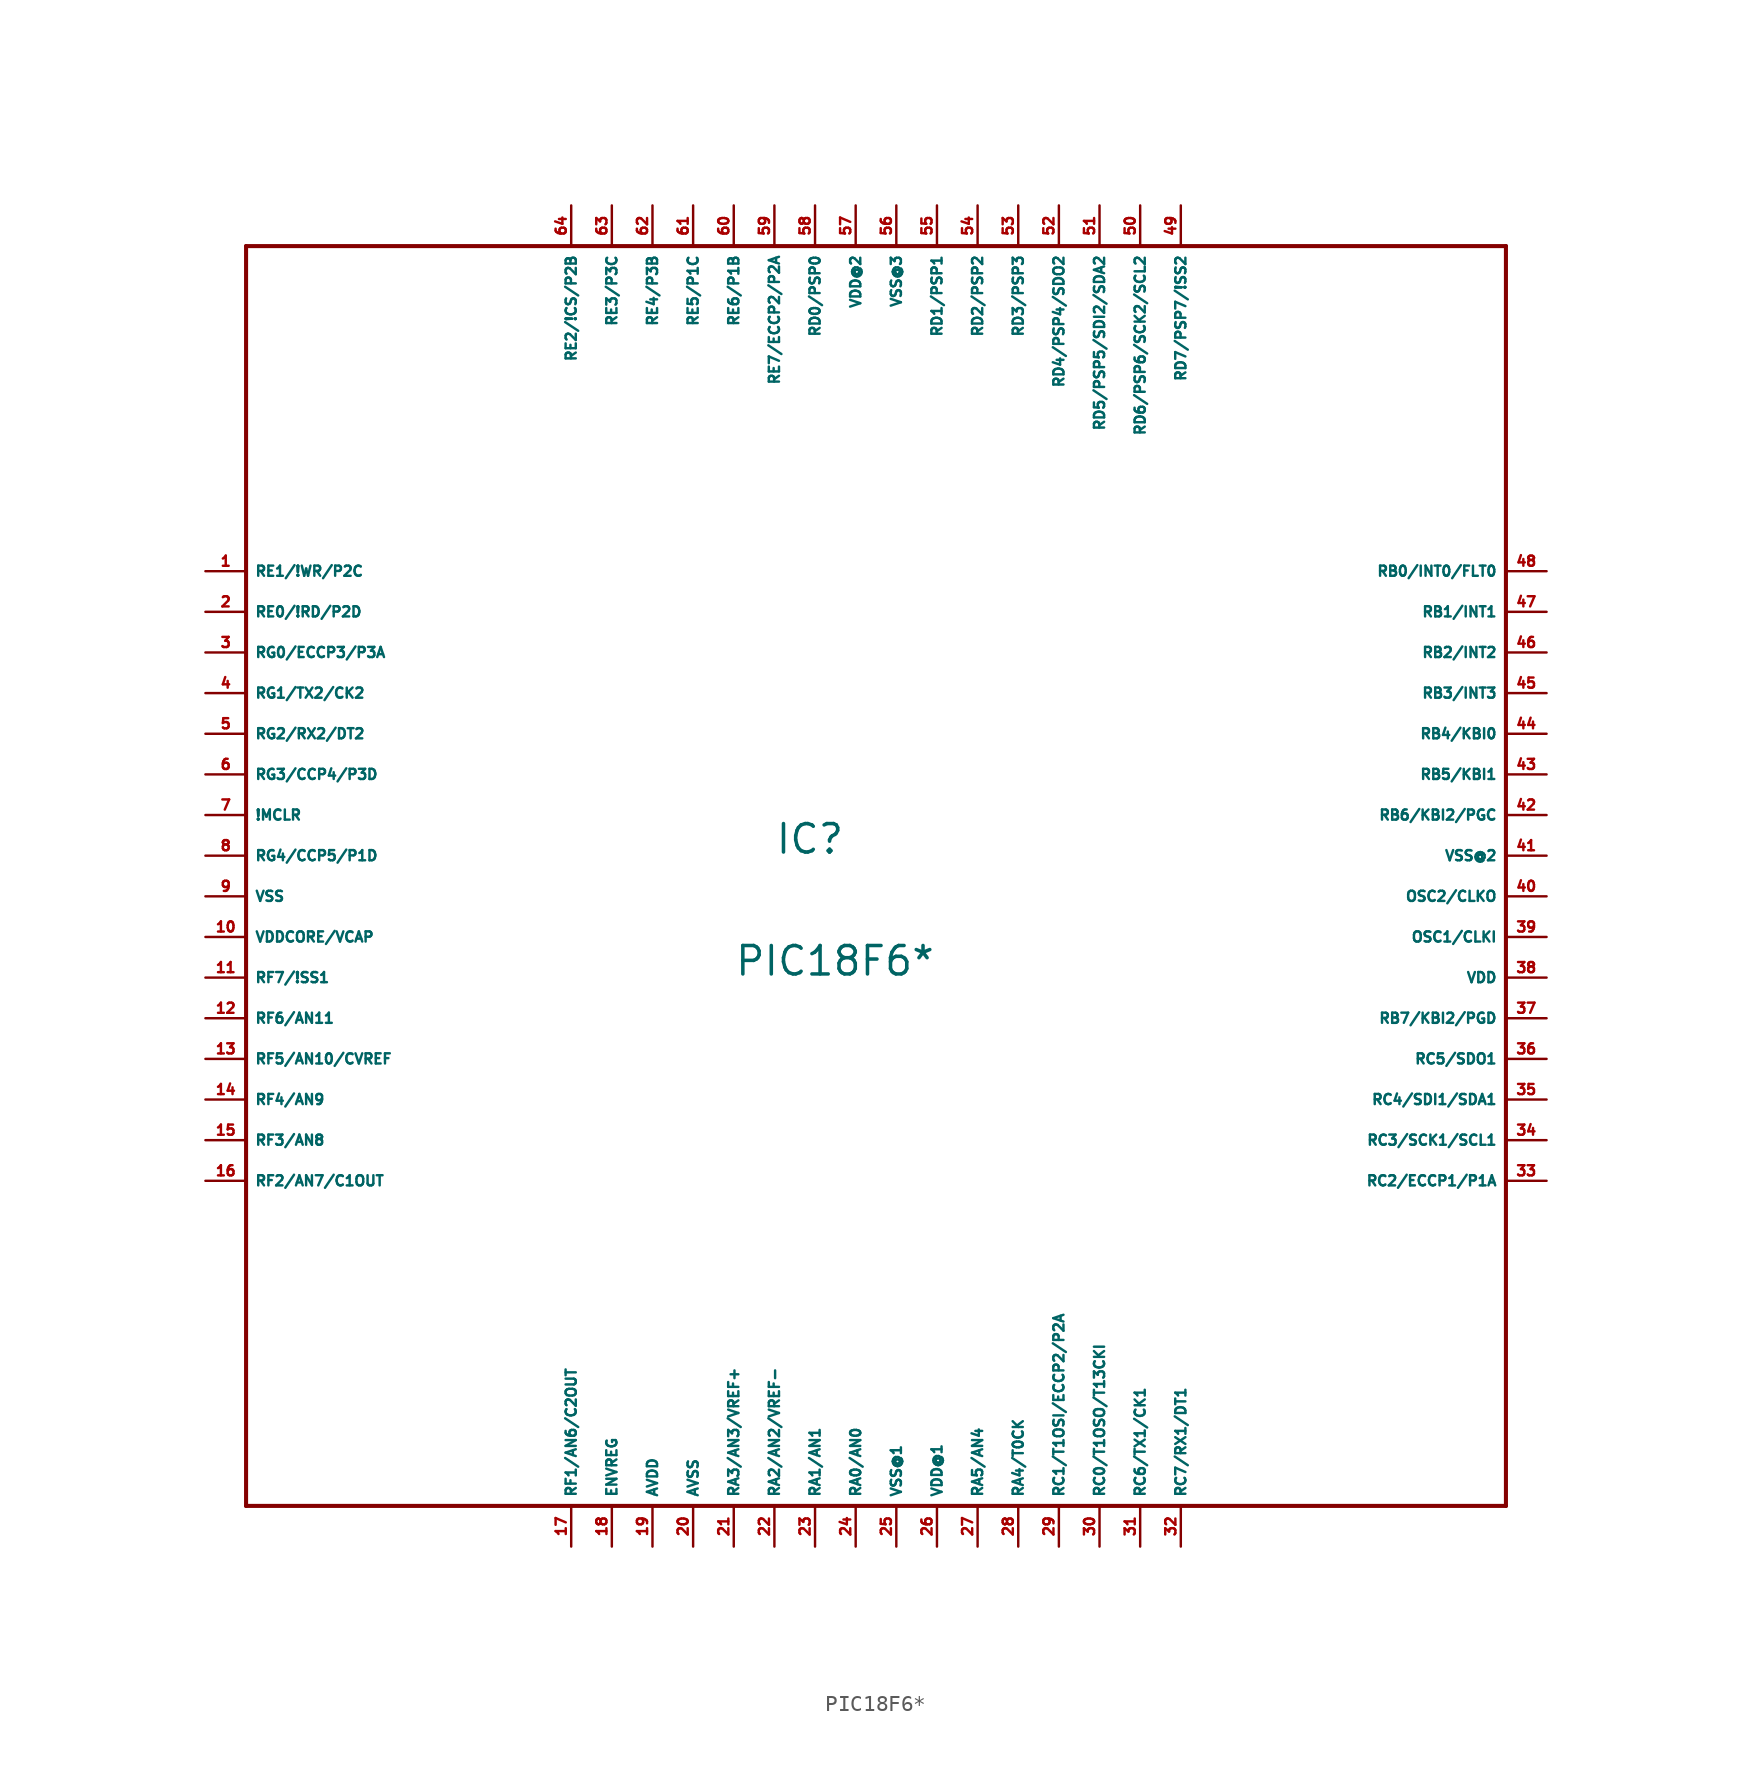
<source format=kicad_sym>
(kicad_symbol_lib
  (version 20220914)
  (generator Eagle2Kicad)
  (symbol "PIC18F6*"
    (property "Reference" "IC"
      (at -5.08 2.54 0)
      (effects (font (size 1.778 1.778) (thickness 0.22)) (justify left bottom)))
    (property "Value" "PIC18F6*"
      (at -7.62 -5.08 0)
      (effects (font (size 1.778 1.778) (thickness 0.22)) (justify left bottom)))
    (polyline
      (pts (xy -38.1 40.64) (xy 40.64 40.64))
      (stroke (width 0.254) (type default))
      (fill (type none)))
    (polyline
      (pts (xy 40.64 40.64) (xy 40.64 -38.1))
      (stroke (width 0.254) (type default))
      (fill (type none)))
    (polyline
      (pts (xy 40.64 -38.1) (xy -38.1 -38.1))
      (stroke (width 0.254) (type default))
      (fill (type none)))
    (polyline
      (pts (xy -38.1 -38.1) (xy -38.1 40.64))
      (stroke (width 0.254) (type default))
      (fill (type none)))
    (pin bidirectional line
      (at -40.64 20.32 0)
      (length 2.54)
      (name "RE1/!WR/P2C" (effects (font (size 0.635 0.635) (thickness 0.08)) (justify left bottom)))
      (number "1" (effects (font (size 0.635 0.635) (thickness 0.08)) (justify left bottom))))
    (pin bidirectional line
      (at -40.64 17.78 0)
      (length 2.54)
      (name "RE0/!RD/P2D" (effects (font (size 0.635 0.635) (thickness 0.08)) (justify left bottom)))
      (number "2" (effects (font (size 0.635 0.635) (thickness 0.08)) (justify left bottom))))
    (pin bidirectional line
      (at -40.64 15.24 0)
      (length 2.54)
      (name "RG0/ECCP3/P3A" (effects (font (size 0.635 0.635) (thickness 0.08)) (justify left bottom)))
      (number "3" (effects (font (size 0.635 0.635) (thickness 0.08)) (justify left bottom))))
    (pin bidirectional line
      (at -40.64 12.7 0)
      (length 2.54)
      (name "RG1/TX2/CK2" (effects (font (size 0.635 0.635) (thickness 0.08)) (justify left bottom)))
      (number "4" (effects (font (size 0.635 0.635) (thickness 0.08)) (justify left bottom))))
    (pin bidirectional line
      (at -40.64 10.16 0)
      (length 2.54)
      (name "RG2/RX2/DT2" (effects (font (size 0.635 0.635) (thickness 0.08)) (justify left bottom)))
      (number "5" (effects (font (size 0.635 0.635) (thickness 0.08)) (justify left bottom))))
    (pin bidirectional line
      (at -40.64 7.62 0)
      (length 2.54)
      (name "RG3/CCP4/P3D" (effects (font (size 0.635 0.635) (thickness 0.08)) (justify left bottom)))
      (number "6" (effects (font (size 0.635 0.635) (thickness 0.08)) (justify left bottom))))
    (pin input line
      (at -40.64 5.08 0)
      (length 2.54)
      (name "!MCLR" (effects (font (size 0.635 0.635) (thickness 0.08)) (justify left bottom)))
      (number "7" (effects (font (size 0.635 0.635) (thickness 0.08)) (justify left bottom))))
    (pin bidirectional line
      (at -40.64 2.54 0)
      (length 2.54)
      (name "RG4/CCP5/P1D" (effects (font (size 0.635 0.635) (thickness 0.08)) (justify left bottom)))
      (number "8" (effects (font (size 0.635 0.635) (thickness 0.08)) (justify left bottom))))
    (pin unspecified line
      (at -40.64 0 0)
      (length 2.54)
      (name "VSS" (effects (font (size 0.635 0.635) (thickness 0.08)) (justify left bottom)))
      (number "9" (effects (font (size 0.635 0.635) (thickness 0.08)) (justify left bottom))))
    (pin unspecified line
      (at -40.64 -2.54 0)
      (length 2.54)
      (name "VDDCORE/VCAP" (effects (font (size 0.635 0.635) (thickness 0.08)) (justify left bottom)))
      (number "10" (effects (font (size 0.635 0.635) (thickness 0.08)) (justify left bottom))))
    (pin bidirectional line
      (at -40.64 -5.08 0)
      (length 2.54)
      (name "RF7/!SS1" (effects (font (size 0.635 0.635) (thickness 0.08)) (justify left bottom)))
      (number "11" (effects (font (size 0.635 0.635) (thickness 0.08)) (justify left bottom))))
    (pin bidirectional line
      (at -40.64 -7.62 0)
      (length 2.54)
      (name "RF6/AN11" (effects (font (size 0.635 0.635) (thickness 0.08)) (justify left bottom)))
      (number "12" (effects (font (size 0.635 0.635) (thickness 0.08)) (justify left bottom))))
    (pin bidirectional line
      (at -40.64 -10.16 0)
      (length 2.54)
      (name "RF5/AN10/CVREF" (effects (font (size 0.635 0.635) (thickness 0.08)) (justify left bottom)))
      (number "13" (effects (font (size 0.635 0.635) (thickness 0.08)) (justify left bottom))))
    (pin bidirectional line
      (at -40.64 -12.7 0)
      (length 2.54)
      (name "RF4/AN9" (effects (font (size 0.635 0.635) (thickness 0.08)) (justify left bottom)))
      (number "14" (effects (font (size 0.635 0.635) (thickness 0.08)) (justify left bottom))))
    (pin bidirectional line
      (at -40.64 -15.24 0)
      (length 2.54)
      (name "RF3/AN8" (effects (font (size 0.635 0.635) (thickness 0.08)) (justify left bottom)))
      (number "15" (effects (font (size 0.635 0.635) (thickness 0.08)) (justify left bottom))))
    (pin bidirectional line
      (at -40.64 -17.78 0)
      (length 2.54)
      (name "RF2/AN7/C1OUT" (effects (font (size 0.635 0.635) (thickness 0.08)) (justify left bottom)))
      (number "16" (effects (font (size 0.635 0.635) (thickness 0.08)) (justify left bottom))))
    (pin bidirectional line
      (at -17.78 -40.64 90)
      (length 2.54)
      (name "RF1/AN6/C2OUT" (effects (font (size 0.635 0.635) (thickness 0.08)) (justify left bottom)))
      (number "17" (effects (font (size 0.635 0.635) (thickness 0.08)) (justify left bottom))))
    (pin input line
      (at -15.24 -40.64 90)
      (length 2.54)
      (name "ENVREG" (effects (font (size 0.635 0.635) (thickness 0.08)) (justify left bottom)))
      (number "18" (effects (font (size 0.635 0.635) (thickness 0.08)) (justify left bottom))))
    (pin unspecified line
      (at -12.7 -40.64 90)
      (length 2.54)
      (name "AVDD" (effects (font (size 0.635 0.635) (thickness 0.08)) (justify left bottom)))
      (number "19" (effects (font (size 0.635 0.635) (thickness 0.08)) (justify left bottom))))
    (pin unspecified line
      (at -10.16 -40.64 90)
      (length 2.54)
      (name "AVSS" (effects (font (size 0.635 0.635) (thickness 0.08)) (justify left bottom)))
      (number "20" (effects (font (size 0.635 0.635) (thickness 0.08)) (justify left bottom))))
    (pin bidirectional line
      (at -7.62 -40.64 90)
      (length 2.54)
      (name "RA3/AN3/VREF+" (effects (font (size 0.635 0.635) (thickness 0.08)) (justify left bottom)))
      (number "21" (effects (font (size 0.635 0.635) (thickness 0.08)) (justify left bottom))))
    (pin bidirectional line
      (at -5.08 -40.64 90)
      (length 2.54)
      (name "RA2/AN2/VREF-" (effects (font (size 0.635 0.635) (thickness 0.08)) (justify left bottom)))
      (number "22" (effects (font (size 0.635 0.635) (thickness 0.08)) (justify left bottom))))
    (pin bidirectional line
      (at -2.54 -40.64 90)
      (length 2.54)
      (name "RA1/AN1" (effects (font (size 0.635 0.635) (thickness 0.08)) (justify left bottom)))
      (number "23" (effects (font (size 0.635 0.635) (thickness 0.08)) (justify left bottom))))
    (pin bidirectional line
      (at 0 -40.64 90)
      (length 2.54)
      (name "RA0/AN0" (effects (font (size 0.635 0.635) (thickness 0.08)) (justify left bottom)))
      (number "24" (effects (font (size 0.635 0.635) (thickness 0.08)) (justify left bottom))))
    (pin unspecified line
      (at 2.54 -40.64 90)
      (length 2.54)
      (name "VSS@1" (effects (font (size 0.635 0.635) (thickness 0.08)) (justify left bottom)))
      (number "25" (effects (font (size 0.635 0.635) (thickness 0.08)) (justify left bottom))))
    (pin unspecified line
      (at 5.08 -40.64 90)
      (length 2.54)
      (name "VDD@1" (effects (font (size 0.635 0.635) (thickness 0.08)) (justify left bottom)))
      (number "26" (effects (font (size 0.635 0.635) (thickness 0.08)) (justify left bottom))))
    (pin bidirectional line
      (at 7.62 -40.64 90)
      (length 2.54)
      (name "RA5/AN4" (effects (font (size 0.635 0.635) (thickness 0.08)) (justify left bottom)))
      (number "27" (effects (font (size 0.635 0.635) (thickness 0.08)) (justify left bottom))))
    (pin bidirectional line
      (at 10.16 -40.64 90)
      (length 2.54)
      (name "RA4/T0CK" (effects (font (size 0.635 0.635) (thickness 0.08)) (justify left bottom)))
      (number "28" (effects (font (size 0.635 0.635) (thickness 0.08)) (justify left bottom))))
    (pin bidirectional line
      (at 12.7 -40.64 90)
      (length 2.54)
      (name "RC1/T1OSI/ECCP2/P2A" (effects (font (size 0.635 0.635) (thickness 0.08)) (justify left bottom)))
      (number "29" (effects (font (size 0.635 0.635) (thickness 0.08)) (justify left bottom))))
    (pin bidirectional line
      (at 15.24 -40.64 90)
      (length 2.54)
      (name "RC0/T1OSO/T13CKI" (effects (font (size 0.635 0.635) (thickness 0.08)) (justify left bottom)))
      (number "30" (effects (font (size 0.635 0.635) (thickness 0.08)) (justify left bottom))))
    (pin bidirectional line
      (at 17.78 -40.64 90)
      (length 2.54)
      (name "RC6/TX1/CK1" (effects (font (size 0.635 0.635) (thickness 0.08)) (justify left bottom)))
      (number "31" (effects (font (size 0.635 0.635) (thickness 0.08)) (justify left bottom))))
    (pin bidirectional line
      (at 20.32 -40.64 90)
      (length 2.54)
      (name "RC7/RX1/DT1" (effects (font (size 0.635 0.635) (thickness 0.08)) (justify left bottom)))
      (number "32" (effects (font (size 0.635 0.635) (thickness 0.08)) (justify left bottom))))
    (pin bidirectional line
      (at 43.18 -17.78 180)
      (length 2.54)
      (name "RC2/ECCP1/P1A" (effects (font (size 0.635 0.635) (thickness 0.08)) (justify left bottom)))
      (number "33" (effects (font (size 0.635 0.635) (thickness 0.08)) (justify left bottom))))
    (pin bidirectional line
      (at 43.18 -15.24 180)
      (length 2.54)
      (name "RC3/SCK1/SCL1" (effects (font (size 0.635 0.635) (thickness 0.08)) (justify left bottom)))
      (number "34" (effects (font (size 0.635 0.635) (thickness 0.08)) (justify left bottom))))
    (pin bidirectional line
      (at 43.18 -12.7 180)
      (length 2.54)
      (name "RC4/SDI1/SDA1" (effects (font (size 0.635 0.635) (thickness 0.08)) (justify left bottom)))
      (number "35" (effects (font (size 0.635 0.635) (thickness 0.08)) (justify left bottom))))
    (pin bidirectional line
      (at 43.18 -10.16 180)
      (length 2.54)
      (name "RC5/SDO1" (effects (font (size 0.635 0.635) (thickness 0.08)) (justify left bottom)))
      (number "36" (effects (font (size 0.635 0.635) (thickness 0.08)) (justify left bottom))))
    (pin bidirectional line
      (at 43.18 -7.62 180)
      (length 2.54)
      (name "RB7/KBI2/PGD" (effects (font (size 0.635 0.635) (thickness 0.08)) (justify left bottom)))
      (number "37" (effects (font (size 0.635 0.635) (thickness 0.08)) (justify left bottom))))
    (pin unspecified line
      (at 43.18 -5.08 180)
      (length 2.54)
      (name "VDD" (effects (font (size 0.635 0.635) (thickness 0.08)) (justify left bottom)))
      (number "38" (effects (font (size 0.635 0.635) (thickness 0.08)) (justify left bottom))))
    (pin input line
      (at 43.18 -2.54 180)
      (length 2.54)
      (name "OSC1/CLKI" (effects (font (size 0.635 0.635) (thickness 0.08)) (justify left bottom)))
      (number "39" (effects (font (size 0.635 0.635) (thickness 0.08)) (justify left bottom))))
    (pin output line
      (at 43.18 0 180)
      (length 2.54)
      (name "OSC2/CLKO" (effects (font (size 0.635 0.635) (thickness 0.08)) (justify left bottom)))
      (number "40" (effects (font (size 0.635 0.635) (thickness 0.08)) (justify left bottom))))
    (pin unspecified line
      (at 43.18 2.54 180)
      (length 2.54)
      (name "VSS@2" (effects (font (size 0.635 0.635) (thickness 0.08)) (justify left bottom)))
      (number "41" (effects (font (size 0.635 0.635) (thickness 0.08)) (justify left bottom))))
    (pin bidirectional line
      (at 43.18 5.08 180)
      (length 2.54)
      (name "RB6/KBI2/PGC" (effects (font (size 0.635 0.635) (thickness 0.08)) (justify left bottom)))
      (number "42" (effects (font (size 0.635 0.635) (thickness 0.08)) (justify left bottom))))
    (pin bidirectional line
      (at 43.18 7.62 180)
      (length 2.54)
      (name "RB5/KBI1" (effects (font (size 0.635 0.635) (thickness 0.08)) (justify left bottom)))
      (number "43" (effects (font (size 0.635 0.635) (thickness 0.08)) (justify left bottom))))
    (pin bidirectional line
      (at 43.18 10.16 180)
      (length 2.54)
      (name "RB4/KBI0" (effects (font (size 0.635 0.635) (thickness 0.08)) (justify left bottom)))
      (number "44" (effects (font (size 0.635 0.635) (thickness 0.08)) (justify left bottom))))
    (pin bidirectional line
      (at 43.18 12.7 180)
      (length 2.54)
      (name "RB3/INT3" (effects (font (size 0.635 0.635) (thickness 0.08)) (justify left bottom)))
      (number "45" (effects (font (size 0.635 0.635) (thickness 0.08)) (justify left bottom))))
    (pin bidirectional line
      (at 43.18 15.24 180)
      (length 2.54)
      (name "RB2/INT2" (effects (font (size 0.635 0.635) (thickness 0.08)) (justify left bottom)))
      (number "46" (effects (font (size 0.635 0.635) (thickness 0.08)) (justify left bottom))))
    (pin bidirectional line
      (at 43.18 17.78 180)
      (length 2.54)
      (name "RB1/INT1" (effects (font (size 0.635 0.635) (thickness 0.08)) (justify left bottom)))
      (number "47" (effects (font (size 0.635 0.635) (thickness 0.08)) (justify left bottom))))
    (pin bidirectional line
      (at 43.18 20.32 180)
      (length 2.54)
      (name "RB0/INT0/FLT0" (effects (font (size 0.635 0.635) (thickness 0.08)) (justify left bottom)))
      (number "48" (effects (font (size 0.635 0.635) (thickness 0.08)) (justify left bottom))))
    (pin bidirectional line
      (at 20.32 43.18 270)
      (length 2.54)
      (name "RD7/PSP7/!SS2" (effects (font (size 0.635 0.635) (thickness 0.08)) (justify left bottom)))
      (number "49" (effects (font (size 0.635 0.635) (thickness 0.08)) (justify left bottom))))
    (pin bidirectional line
      (at 17.78 43.18 270)
      (length 2.54)
      (name "RD6/PSP6/SCK2/SCL2" (effects (font (size 0.635 0.635) (thickness 0.08)) (justify left bottom)))
      (number "50" (effects (font (size 0.635 0.635) (thickness 0.08)) (justify left bottom))))
    (pin bidirectional line
      (at 15.24 43.18 270)
      (length 2.54)
      (name "RD5/PSP5/SDI2/SDA2" (effects (font (size 0.635 0.635) (thickness 0.08)) (justify left bottom)))
      (number "51" (effects (font (size 0.635 0.635) (thickness 0.08)) (justify left bottom))))
    (pin bidirectional line
      (at 12.7 43.18 270)
      (length 2.54)
      (name "RD4/PSP4/SDO2" (effects (font (size 0.635 0.635) (thickness 0.08)) (justify left bottom)))
      (number "52" (effects (font (size 0.635 0.635) (thickness 0.08)) (justify left bottom))))
    (pin bidirectional line
      (at 10.16 43.18 270)
      (length 2.54)
      (name "RD3/PSP3" (effects (font (size 0.635 0.635) (thickness 0.08)) (justify left bottom)))
      (number "53" (effects (font (size 0.635 0.635) (thickness 0.08)) (justify left bottom))))
    (pin bidirectional line
      (at 7.62 43.18 270)
      (length 2.54)
      (name "RD2/PSP2" (effects (font (size 0.635 0.635) (thickness 0.08)) (justify left bottom)))
      (number "54" (effects (font (size 0.635 0.635) (thickness 0.08)) (justify left bottom))))
    (pin bidirectional line
      (at 5.08 43.18 270)
      (length 2.54)
      (name "RD1/PSP1" (effects (font (size 0.635 0.635) (thickness 0.08)) (justify left bottom)))
      (number "55" (effects (font (size 0.635 0.635) (thickness 0.08)) (justify left bottom))))
    (pin bidirectional line
      (at -2.54 43.18 270)
      (length 2.54)
      (name "RD0/PSP0" (effects (font (size 0.635 0.635) (thickness 0.08)) (justify left bottom)))
      (number "58" (effects (font (size 0.635 0.635) (thickness 0.08)) (justify left bottom))))
    (pin unspecified line
      (at 2.54 43.18 270)
      (length 2.54)
      (name "VSS@3" (effects (font (size 0.635 0.635) (thickness 0.08)) (justify left bottom)))
      (number "56" (effects (font (size 0.635 0.635) (thickness 0.08)) (justify left bottom))))
    (pin unspecified line
      (at 0 43.18 270)
      (length 2.54)
      (name "VDD@2" (effects (font (size 0.635 0.635) (thickness 0.08)) (justify left bottom)))
      (number "57" (effects (font (size 0.635 0.635) (thickness 0.08)) (justify left bottom))))
    (pin bidirectional line
      (at -5.08 43.18 270)
      (length 2.54)
      (name "RE7/ECCP2/P2A" (effects (font (size 0.635 0.635) (thickness 0.08)) (justify left bottom)))
      (number "59" (effects (font (size 0.635 0.635) (thickness 0.08)) (justify left bottom))))
    (pin bidirectional line
      (at -7.62 43.18 270)
      (length 2.54)
      (name "RE6/P1B" (effects (font (size 0.635 0.635) (thickness 0.08)) (justify left bottom)))
      (number "60" (effects (font (size 0.635 0.635) (thickness 0.08)) (justify left bottom))))
    (pin bidirectional line
      (at -10.16 43.18 270)
      (length 2.54)
      (name "RE5/P1C" (effects (font (size 0.635 0.635) (thickness 0.08)) (justify left bottom)))
      (number "61" (effects (font (size 0.635 0.635) (thickness 0.08)) (justify left bottom))))
    (pin bidirectional line
      (at -12.7 43.18 270)
      (length 2.54)
      (name "RE4/P3B" (effects (font (size 0.635 0.635) (thickness 0.08)) (justify left bottom)))
      (number "62" (effects (font (size 0.635 0.635) (thickness 0.08)) (justify left bottom))))
    (pin bidirectional line
      (at -15.24 43.18 270)
      (length 2.54)
      (name "RE3/P3C" (effects (font (size 0.635 0.635) (thickness 0.08)) (justify left bottom)))
      (number "63" (effects (font (size 0.635 0.635) (thickness 0.08)) (justify left bottom))))
    (pin bidirectional line
      (at -17.78 43.18 270)
      (length 2.54)
      (name "RE2/!CS/P2B" (effects (font (size 0.635 0.635) (thickness 0.08)) (justify left bottom)))
      (number "64" (effects (font (size 0.635 0.635) (thickness 0.08)) (justify left bottom))))))
</source>
